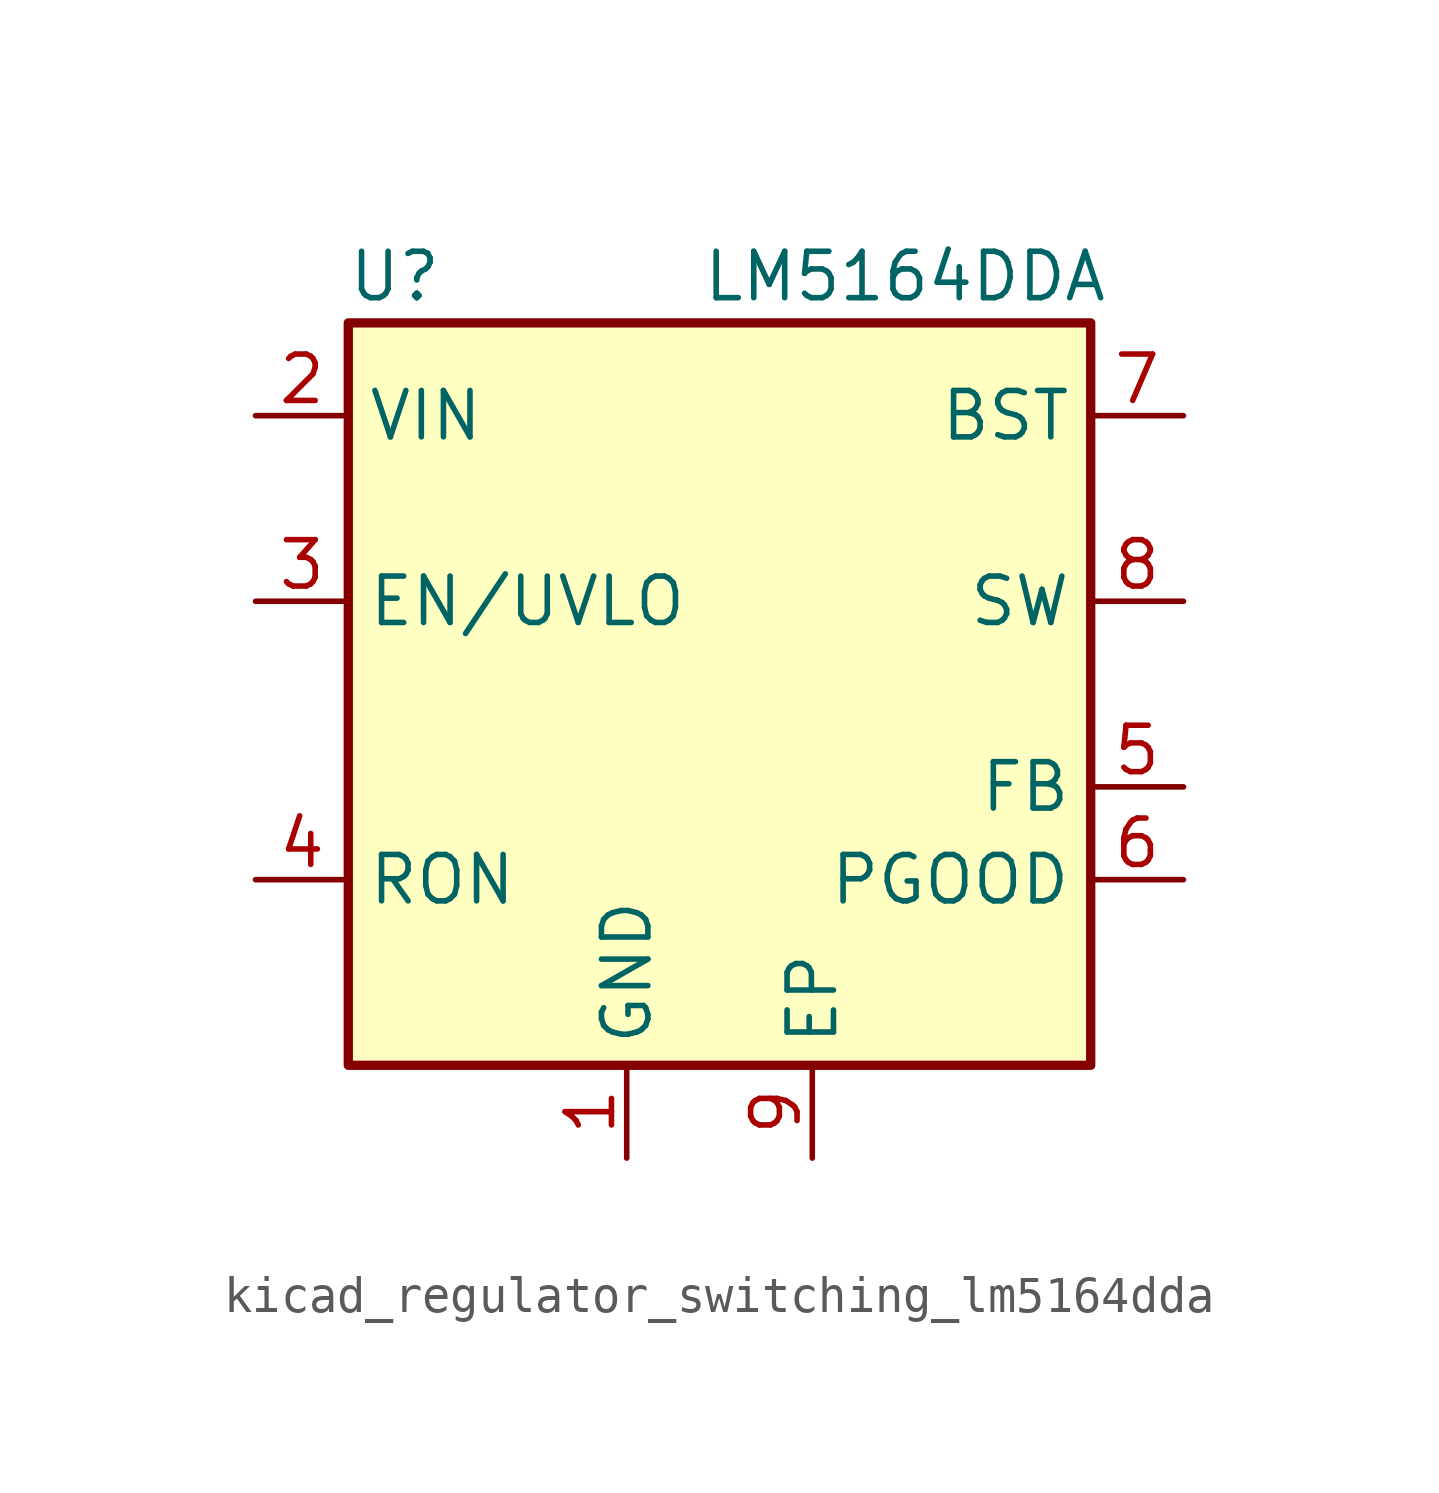
<source format=kicad_sym>
(kicad_symbol_lib
  (version 20220914)
  (generator kicad_symbol_editor)
  (symbol "kicad_regulator_switching_lm5164dda"
    (property "Reference" "U"
      (at -8.89 11.43 0)
      (effects (font (size 1.27 1.27))))
    (property "Value" "LM5164DDA"
      (at 5.08 11.43 0)
      (effects (font (size 1.27 1.27))))
    (symbol "kicad_regulator_switching_lm5164dda_1_1"
      (rectangle (start -10.16 10.16) (end 10.16 -10.16) (stroke (width 0.254) (type default)) (fill (type background)))
      (pin power_in line (at -2.54 -12.7 90) (length 2.54) (name "GND" (effects (font (size 1.27 1.27)))) (number "1" (effects (font (size 1.27 1.27)))))
      (pin power_in line (at -12.7 7.62 0) (length 2.54) (name "VIN" (effects (font (size 1.27 1.27)))) (number "2" (effects (font (size 1.27 1.27)))))
      (pin input line (at -12.7 2.54 0) (length 2.54) (name "EN/UVLO" (effects (font (size 1.27 1.27)))) (number "3" (effects (font (size 1.27 1.27)))))
      (pin passive line (at -12.7 -5.08 0) (length 2.54) (name "RON" (effects (font (size 1.27 1.27)))) (number "4" (effects (font (size 1.27 1.27)))))
      (pin input line (at 12.7 -2.54 180) (length 2.54) (name "FB" (effects (font (size 1.27 1.27)))) (number "5" (effects (font (size 1.27 1.27)))))
      (pin open_collector line (at 12.7 -5.08 180) (length 2.54) (name "PGOOD" (effects (font (size 1.27 1.27)))) (number "6" (effects (font (size 1.27 1.27)))))
      (pin passive line (at 12.7 7.62 180) (length 2.54) (name "BST" (effects (font (size 1.27 1.27)))) (number "7" (effects (font (size 1.27 1.27)))))
      (pin power_out line (at 12.7 2.54 180) (length 2.54) (name "SW" (effects (font (size 1.27 1.27)))) (number "8" (effects (font (size 1.27 1.27)))))
      (pin passive line (at 2.54 -12.7 90) (length 2.54) (name "EP" (effects (font (size 1.27 1.27)))) (number "9" (effects (font (size 1.27 1.27))))))))
</source>
